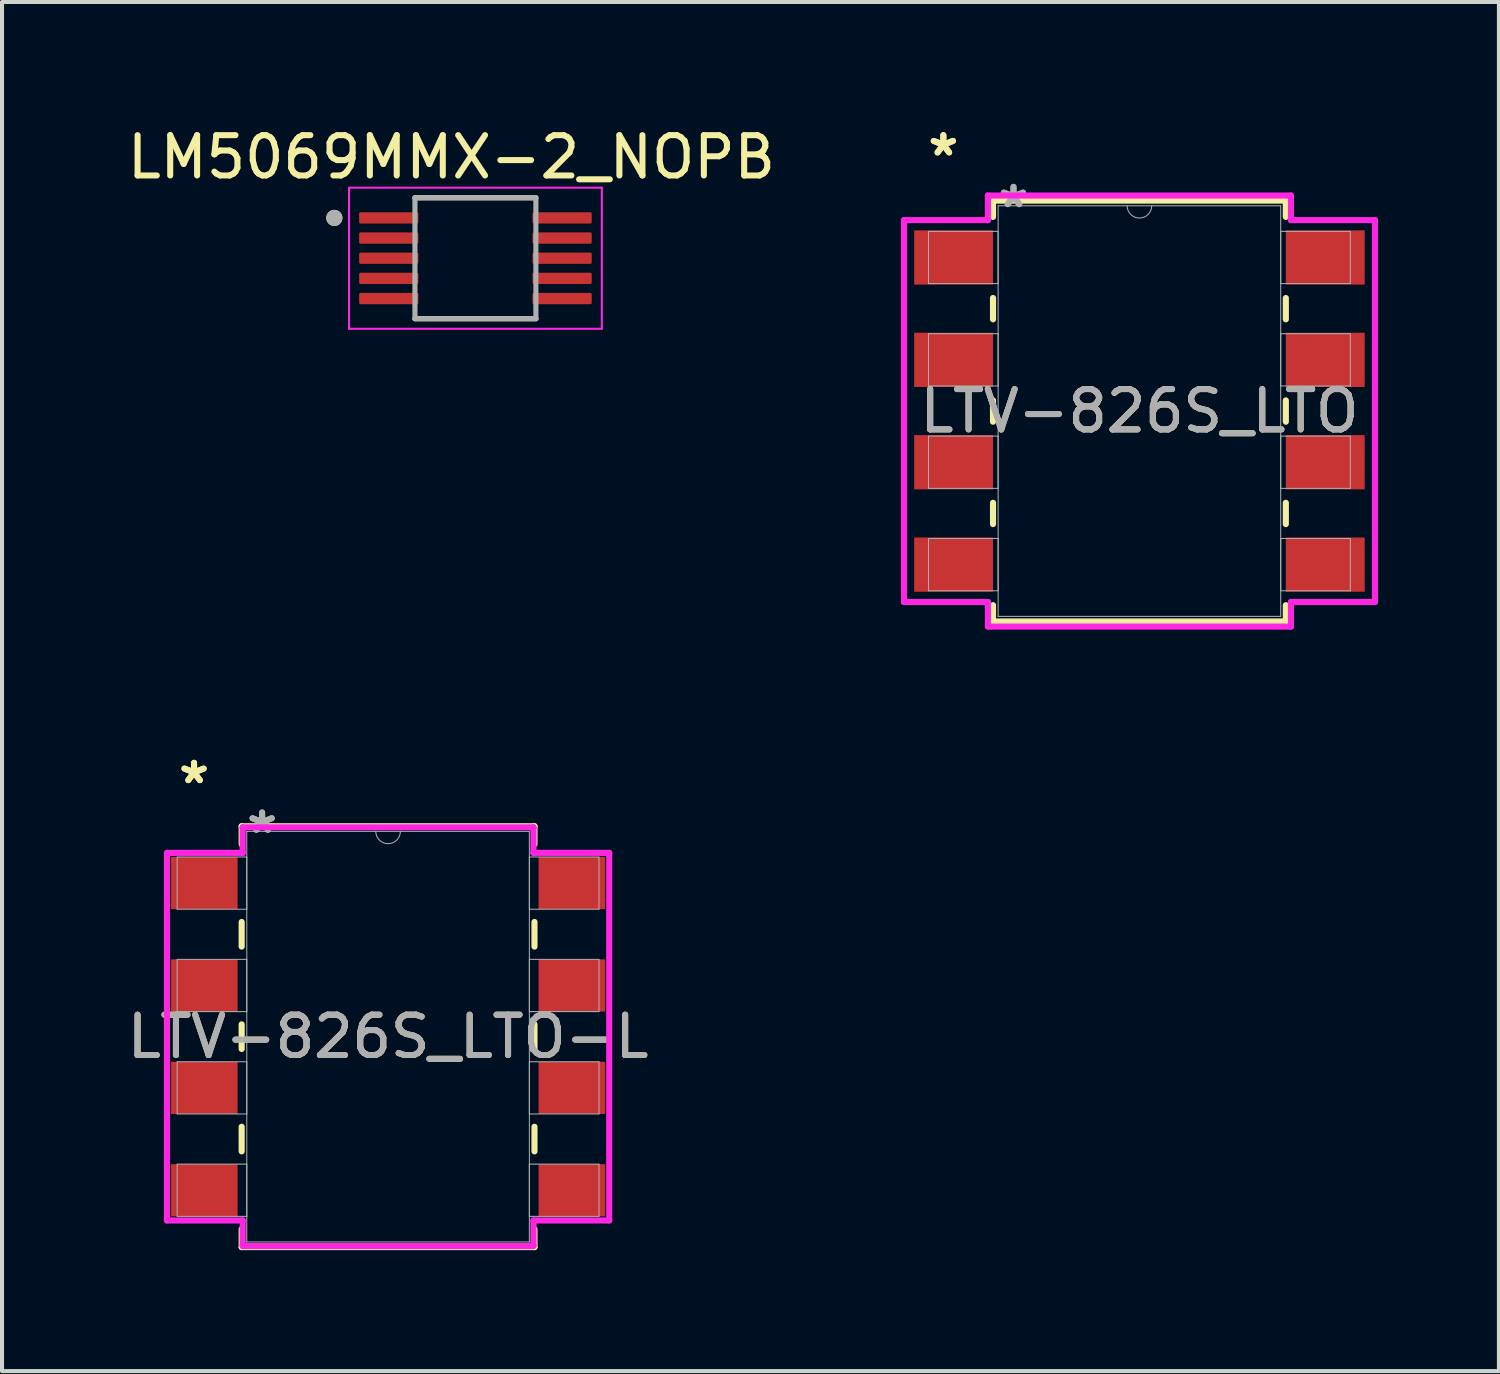
<source format=kicad_pcb>
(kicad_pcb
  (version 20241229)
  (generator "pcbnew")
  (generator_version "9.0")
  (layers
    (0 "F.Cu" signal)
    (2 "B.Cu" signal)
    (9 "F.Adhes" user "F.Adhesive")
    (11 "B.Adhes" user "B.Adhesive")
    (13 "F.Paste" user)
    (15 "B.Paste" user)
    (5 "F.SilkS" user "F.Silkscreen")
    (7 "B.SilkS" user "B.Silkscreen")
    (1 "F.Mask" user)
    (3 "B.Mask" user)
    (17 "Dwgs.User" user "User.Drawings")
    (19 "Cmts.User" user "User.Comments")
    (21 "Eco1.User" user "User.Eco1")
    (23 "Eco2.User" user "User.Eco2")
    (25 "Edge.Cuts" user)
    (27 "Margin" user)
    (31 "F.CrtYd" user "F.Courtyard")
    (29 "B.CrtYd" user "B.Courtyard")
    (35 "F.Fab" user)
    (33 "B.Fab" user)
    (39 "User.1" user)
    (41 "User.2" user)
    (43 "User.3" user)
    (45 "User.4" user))
  (footprint "LTV-826S_LTO"
    (layer "F.Cu")
    (at 25.216 7.147)
    (property "Reference" "LTV-826S_LTO" (at 0 0 0) (unlocked yes) (layer "F.SilkS") (effects (font (size 1 1) (thickness 0.15))))
    (attr smd)
    (fp_line (start -3.632 -5.22) (end -3.632 -4.816) (stroke (width 0.152) (type solid)) (layer "F.SilkS"))
    (fp_line (start -3.632 -2.804) (end -3.632 -2.276) (stroke (width 0.152) (type solid)) (layer "F.SilkS"))
    (fp_line (start -3.632 -0.264) (end -3.632 0.264) (stroke (width 0.152) (type solid)) (layer "F.SilkS"))
    (fp_line (start -3.632 2.276) (end -3.632 2.804) (stroke (width 0.152) (type solid)) (layer "F.SilkS"))
    (fp_line (start -3.632 4.816) (end -3.632 5.22) (stroke (width 0.152) (type solid)) (layer "F.SilkS"))
    (fp_line (start -3.632 5.22) (end 3.632 5.22) (stroke (width 0.152) (type solid)) (layer "F.SilkS"))
    (fp_line (start 3.632 -5.22) (end -3.632 -5.22) (stroke (width 0.152) (type solid)) (layer "F.SilkS"))
    (fp_line (start 3.632 -4.816) (end 3.632 -5.22) (stroke (width 0.152) (type solid)) (layer "F.SilkS"))
    (fp_line (start 3.632 -2.276) (end 3.632 -2.804) (stroke (width 0.152) (type solid)) (layer "F.SilkS"))
    (fp_line (start 3.632 0.264) (end 3.632 -0.264) (stroke (width 0.152) (type solid)) (layer "F.SilkS"))
    (fp_line (start 3.632 2.804) (end 3.632 2.276) (stroke (width 0.152) (type solid)) (layer "F.SilkS"))
    (fp_line (start 3.632 5.22) (end 3.632 4.816) (stroke (width 0.152) (type solid)) (layer "F.SilkS"))
    (fp_line (start -5.842 -4.737) (end -3.759 -4.737) (stroke (width 0.152) (type solid)) (layer "F.CrtYd"))
    (fp_line (start -5.842 4.737) (end -5.842 -4.737) (stroke (width 0.152) (type solid)) (layer "F.CrtYd"))
    (fp_line (start -5.842 4.737) (end -3.759 4.737) (stroke (width 0.152) (type solid)) (layer "F.CrtYd"))
    (fp_line (start -3.759 -5.347) (end 3.759 -5.347) (stroke (width 0.152) (type solid)) (layer "F.CrtYd"))
    (fp_line (start -3.759 -4.737) (end -3.759 -5.347) (stroke (width 0.152) (type solid)) (layer "F.CrtYd"))
    (fp_line (start -3.759 5.347) (end -3.759 4.737) (stroke (width 0.152) (type solid)) (layer "F.CrtYd"))
    (fp_line (start 3.759 -5.347) (end 3.759 -4.737) (stroke (width 0.152) (type solid)) (layer "F.CrtYd"))
    (fp_line (start 3.759 4.737) (end 3.759 5.347) (stroke (width 0.152) (type solid)) (layer "F.CrtYd"))
    (fp_line (start 3.759 5.347) (end -3.759 5.347) (stroke (width 0.152) (type solid)) (layer "F.CrtYd"))
    (fp_line (start 5.842 -4.737) (end 3.759 -4.737) (stroke (width 0.152) (type solid)) (layer "F.CrtYd"))
    (fp_line (start 5.842 -4.737) (end 5.842 4.737) (stroke (width 0.152) (type solid)) (layer "F.CrtYd"))
    (fp_line (start 5.842 4.737) (end 3.759 4.737) (stroke (width 0.152) (type solid)) (layer "F.CrtYd"))
    (fp_line (start -5.232 -4.458) (end -5.232 -3.162) (stroke (width 0.025) (type solid)) (layer "F.Fab"))
    (fp_line (start -5.232 -3.162) (end -3.505 -3.162) (stroke (width 0.025) (type solid)) (layer "F.Fab"))
    (fp_line (start -5.232 -1.918) (end -5.232 -0.622) (stroke (width 0.025) (type solid)) (layer "F.Fab"))
    (fp_line (start -5.232 -0.622) (end -3.505 -0.622) (stroke (width 0.025) (type solid)) (layer "F.Fab"))
    (fp_line (start -5.232 0.622) (end -5.232 1.918) (stroke (width 0.025) (type solid)) (layer "F.Fab"))
    (fp_line (start -5.232 1.918) (end -3.505 1.918) (stroke (width 0.025) (type solid)) (layer "F.Fab"))
    (fp_line (start -5.232 3.162) (end -5.232 4.458) (stroke (width 0.025) (type solid)) (layer "F.Fab"))
    (fp_line (start -5.232 4.458) (end -3.505 4.458) (stroke (width 0.025) (type solid)) (layer "F.Fab"))
    (fp_line (start -3.505 -5.093) (end -3.505 5.093) (stroke (width 0.025) (type solid)) (layer "F.Fab"))
    (fp_line (start -3.505 -4.458) (end -5.232 -4.458) (stroke (width 0.025) (type solid)) (layer "F.Fab"))
    (fp_line (start -3.505 -3.162) (end -3.505 -4.458) (stroke (width 0.025) (type solid)) (layer "F.Fab"))
    (fp_line (start -3.505 -1.918) (end -5.232 -1.918) (stroke (width 0.025) (type solid)) (layer "F.Fab"))
    (fp_line (start -3.505 -0.622) (end -3.505 -1.918) (stroke (width 0.025) (type solid)) (layer "F.Fab"))
    (fp_line (start -3.505 0.622) (end -5.232 0.622) (stroke (width 0.025) (type solid)) (layer "F.Fab"))
    (fp_line (start -3.505 1.918) (end -3.505 0.622) (stroke (width 0.025) (type solid)) (layer "F.Fab"))
    (fp_line (start -3.505 3.162) (end -5.232 3.162) (stroke (width 0.025) (type solid)) (layer "F.Fab"))
    (fp_line (start -3.505 4.458) (end -3.505 3.162) (stroke (width 0.025) (type solid)) (layer "F.Fab"))
    (fp_line (start -3.505 5.093) (end 3.505 5.093) (stroke (width 0.025) (type solid)) (layer "F.Fab"))
    (fp_line (start 3.505 -5.093) (end -3.505 -5.093) (stroke (width 0.025) (type solid)) (layer "F.Fab"))
    (fp_line (start 3.505 -4.458) (end 3.505 -3.162) (stroke (width 0.025) (type solid)) (layer "F.Fab"))
    (fp_line (start 3.505 -3.162) (end 5.232 -3.162) (stroke (width 0.025) (type solid)) (layer "F.Fab"))
    (fp_line (start 3.505 -1.918) (end 3.505 -0.622) (stroke (width 0.025) (type solid)) (layer "F.Fab"))
    (fp_line (start 3.505 -0.622) (end 5.232 -0.622) (stroke (width 0.025) (type solid)) (layer "F.Fab"))
    (fp_line (start 3.505 0.622) (end 3.505 1.918) (stroke (width 0.025) (type solid)) (layer "F.Fab"))
    (fp_line (start 3.505 1.918) (end 5.232 1.918) (stroke (width 0.025) (type solid)) (layer "F.Fab"))
    (fp_line (start 3.505 3.162) (end 3.505 4.458) (stroke (width 0.025) (type solid)) (layer "F.Fab"))
    (fp_line (start 3.505 4.458) (end 5.232 4.458) (stroke (width 0.025) (type solid)) (layer "F.Fab"))
    (fp_line (start 3.505 5.093) (end 3.505 -5.093) (stroke (width 0.025) (type solid)) (layer "F.Fab"))
    (fp_line (start 5.232 -4.458) (end 3.505 -4.458) (stroke (width 0.025) (type solid)) (layer "F.Fab"))
    (fp_line (start 5.232 -3.162) (end 5.232 -4.458) (stroke (width 0.025) (type solid)) (layer "F.Fab"))
    (fp_line (start 5.232 -1.918) (end 3.505 -1.918) (stroke (width 0.025) (type solid)) (layer "F.Fab"))
    (fp_line (start 5.232 -0.622) (end 5.232 -1.918) (stroke (width 0.025) (type solid)) (layer "F.Fab"))
    (fp_line (start 5.232 0.622) (end 3.505 0.622) (stroke (width 0.025) (type solid)) (layer "F.Fab"))
    (fp_line (start 5.232 1.918) (end 5.232 0.622) (stroke (width 0.025) (type solid)) (layer "F.Fab"))
    (fp_line (start 5.232 3.162) (end 3.505 3.162) (stroke (width 0.025) (type solid)) (layer "F.Fab"))
    (fp_line (start 5.232 4.458) (end 5.232 3.162) (stroke (width 0.025) (type solid)) (layer "F.Fab"))
    (fp_arc (start 0.3048 -5.0927) (mid 0 -4.7879) (end -0.3048 -5.0927) (stroke (width 0.0254) (type solid)) (layer "F.Fab"))
    (fp_text user "*" (at -4.864 -6.299 0) (unlocked yes) (layer "F.SilkS") (effects (font (size 1 1) (thickness 0.15))))
    (fp_text user "*" (at -4.864 -6.299 0) (layer "F.SilkS") (effects (font (size 1 1) (thickness 0.15))))
    (fp_text user "*" (at -3.124 -5.016 0) (unlocked yes) (layer "F.Fab") (effects (font (size 1 1) (thickness 0.15))))
    (fp_text user "*" (at -3.124 -5.016 0) (layer "F.Fab") (effects (font (size 1 1) (thickness 0.15))))
    (fp_text user "${REFERENCE}" (at 0 0 0) (unlocked yes) (layer "F.Fab") (effects (font (size 1 1) (thickness 0.15))))
    (pad "1" smd rect (at -4.61 -3.81) (size 1.956 1.346) (layers "F.Cu" "F.Mask" "F.Paste"))
    (pad "2" smd rect (at -4.61 -1.27) (size 1.956 1.346) (layers "F.Cu" "F.Mask" "F.Paste"))
    (pad "3" smd rect (at -4.61 1.27) (size 1.956 1.346) (layers "F.Cu" "F.Mask" "F.Paste"))
    (pad "4" smd rect (at -4.61 3.81) (size 1.956 1.346) (layers "F.Cu" "F.Mask" "F.Paste"))
    (pad "5" smd rect (at 4.61 3.81) (size 1.956 1.346) (layers "F.Cu" "F.Mask" "F.Paste"))
    (pad "6" smd rect (at 4.61 1.27) (size 1.956 1.346) (layers "F.Cu" "F.Mask" "F.Paste"))
    (pad "7" smd rect (at 4.61 -1.27) (size 1.956 1.346) (layers "F.Cu" "F.Mask" "F.Paste"))
    (pad "8" smd rect (at 4.61 -3.81) (size 1.956 1.346) (layers "F.Cu" "F.Mask" "F.Paste")))
  (footprint "LTV-826S_LTO-L"
    (layer "F.Cu")
    (at 6.577 22.667)
    (property "Reference" "LTV-826S_LTO-L" (at 0 0 0) (unlocked yes) (layer "F.SilkS") (effects (font (size 1 1) (thickness 0.15))))
    (attr smd)
    (fp_line (start -3.632 -5.22) (end -3.632 -4.775) (stroke (width 0.152) (type solid)) (layer "F.SilkS"))
    (fp_line (start -3.632 -2.845) (end -3.632 -2.235) (stroke (width 0.152) (type solid)) (layer "F.SilkS"))
    (fp_line (start -3.632 -0.305) (end -3.632 0.305) (stroke (width 0.152) (type solid)) (layer "F.SilkS"))
    (fp_line (start -3.632 2.235) (end -3.632 2.845) (stroke (width 0.152) (type solid)) (layer "F.SilkS"))
    (fp_line (start -3.632 4.775) (end -3.632 5.22) (stroke (width 0.152) (type solid)) (layer "F.SilkS"))
    (fp_line (start -3.632 5.22) (end 3.632 5.22) (stroke (width 0.152) (type solid)) (layer "F.SilkS"))
    (fp_line (start 3.632 -5.22) (end -3.632 -5.22) (stroke (width 0.152) (type solid)) (layer "F.SilkS"))
    (fp_line (start 3.632 -4.775) (end 3.632 -5.22) (stroke (width 0.152) (type solid)) (layer "F.SilkS"))
    (fp_line (start 3.632 -2.235) (end 3.632 -2.845) (stroke (width 0.152) (type solid)) (layer "F.SilkS"))
    (fp_line (start 3.632 0.305) (end 3.632 -0.305) (stroke (width 0.152) (type solid)) (layer "F.SilkS"))
    (fp_line (start 3.632 2.845) (end 3.632 2.235) (stroke (width 0.152) (type solid)) (layer "F.SilkS"))
    (fp_line (start 3.632 5.22) (end 3.632 4.775) (stroke (width 0.152) (type solid)) (layer "F.SilkS"))
    (fp_line (start -5.486 -4.559) (end -3.607 -4.559) (stroke (width 0.152) (type solid)) (layer "F.CrtYd"))
    (fp_line (start -5.486 4.559) (end -5.486 -4.559) (stroke (width 0.152) (type solid)) (layer "F.CrtYd"))
    (fp_line (start -5.486 4.559) (end -3.607 4.559) (stroke (width 0.152) (type solid)) (layer "F.CrtYd"))
    (fp_line (start -3.607 -5.194) (end 3.607 -5.194) (stroke (width 0.152) (type solid)) (layer "F.CrtYd"))
    (fp_line (start -3.607 -4.559) (end -3.607 -5.194) (stroke (width 0.152) (type solid)) (layer "F.CrtYd"))
    (fp_line (start -3.607 5.194) (end -3.607 4.559) (stroke (width 0.152) (type solid)) (layer "F.CrtYd"))
    (fp_line (start 3.607 -5.194) (end 3.607 -4.559) (stroke (width 0.152) (type solid)) (layer "F.CrtYd"))
    (fp_line (start 3.607 4.559) (end 3.607 5.194) (stroke (width 0.152) (type solid)) (layer "F.CrtYd"))
    (fp_line (start 3.607 5.194) (end -3.607 5.194) (stroke (width 0.152) (type solid)) (layer "F.CrtYd"))
    (fp_line (start 5.486 -4.559) (end 3.607 -4.559) (stroke (width 0.152) (type solid)) (layer "F.CrtYd"))
    (fp_line (start 5.486 -4.559) (end 5.486 4.559) (stroke (width 0.152) (type solid)) (layer "F.CrtYd"))
    (fp_line (start 5.486 4.559) (end 3.607 4.559) (stroke (width 0.152) (type solid)) (layer "F.CrtYd"))
    (fp_line (start -5.232 -4.458) (end -5.232 -3.162) (stroke (width 0.025) (type solid)) (layer "F.Fab"))
    (fp_line (start -5.232 -3.162) (end -3.505 -3.162) (stroke (width 0.025) (type solid)) (layer "F.Fab"))
    (fp_line (start -5.232 -1.918) (end -5.232 -0.622) (stroke (width 0.025) (type solid)) (layer "F.Fab"))
    (fp_line (start -5.232 -0.622) (end -3.505 -0.622) (stroke (width 0.025) (type solid)) (layer "F.Fab"))
    (fp_line (start -5.232 0.622) (end -5.232 1.918) (stroke (width 0.025) (type solid)) (layer "F.Fab"))
    (fp_line (start -5.232 1.918) (end -3.505 1.918) (stroke (width 0.025) (type solid)) (layer "F.Fab"))
    (fp_line (start -5.232 3.162) (end -5.232 4.458) (stroke (width 0.025) (type solid)) (layer "F.Fab"))
    (fp_line (start -5.232 4.458) (end -3.505 4.458) (stroke (width 0.025) (type solid)) (layer "F.Fab"))
    (fp_line (start -3.505 -5.093) (end -3.505 5.093) (stroke (width 0.025) (type solid)) (layer "F.Fab"))
    (fp_line (start -3.505 -4.458) (end -5.232 -4.458) (stroke (width 0.025) (type solid)) (layer "F.Fab"))
    (fp_line (start -3.505 -3.162) (end -3.505 -4.458) (stroke (width 0.025) (type solid)) (layer "F.Fab"))
    (fp_line (start -3.505 -1.918) (end -5.232 -1.918) (stroke (width 0.025) (type solid)) (layer "F.Fab"))
    (fp_line (start -3.505 -0.622) (end -3.505 -1.918) (stroke (width 0.025) (type solid)) (layer "F.Fab"))
    (fp_line (start -3.505 0.622) (end -5.232 0.622) (stroke (width 0.025) (type solid)) (layer "F.Fab"))
    (fp_line (start -3.505 1.918) (end -3.505 0.622) (stroke (width 0.025) (type solid)) (layer "F.Fab"))
    (fp_line (start -3.505 3.162) (end -5.232 3.162) (stroke (width 0.025) (type solid)) (layer "F.Fab"))
    (fp_line (start -3.505 4.458) (end -3.505 3.162) (stroke (width 0.025) (type solid)) (layer "F.Fab"))
    (fp_line (start -3.505 5.093) (end 3.505 5.093) (stroke (width 0.025) (type solid)) (layer "F.Fab"))
    (fp_line (start 3.505 -5.093) (end -3.505 -5.093) (stroke (width 0.025) (type solid)) (layer "F.Fab"))
    (fp_line (start 3.505 -4.458) (end 3.505 -3.162) (stroke (width 0.025) (type solid)) (layer "F.Fab"))
    (fp_line (start 3.505 -3.162) (end 5.232 -3.162) (stroke (width 0.025) (type solid)) (layer "F.Fab"))
    (fp_line (start 3.505 -1.918) (end 3.505 -0.622) (stroke (width 0.025) (type solid)) (layer "F.Fab"))
    (fp_line (start 3.505 -0.622) (end 5.232 -0.622) (stroke (width 0.025) (type solid)) (layer "F.Fab"))
    (fp_line (start 3.505 0.622) (end 3.505 1.918) (stroke (width 0.025) (type solid)) (layer "F.Fab"))
    (fp_line (start 3.505 1.918) (end 5.232 1.918) (stroke (width 0.025) (type solid)) (layer "F.Fab"))
    (fp_line (start 3.505 3.162) (end 3.505 4.458) (stroke (width 0.025) (type solid)) (layer "F.Fab"))
    (fp_line (start 3.505 4.458) (end 5.232 4.458) (stroke (width 0.025) (type solid)) (layer "F.Fab"))
    (fp_line (start 3.505 5.093) (end 3.505 -5.093) (stroke (width 0.025) (type solid)) (layer "F.Fab"))
    (fp_line (start 5.232 -4.458) (end 3.505 -4.458) (stroke (width 0.025) (type solid)) (layer "F.Fab"))
    (fp_line (start 5.232 -3.162) (end 5.232 -4.458) (stroke (width 0.025) (type solid)) (layer "F.Fab"))
    (fp_line (start 5.232 -1.918) (end 3.505 -1.918) (stroke (width 0.025) (type solid)) (layer "F.Fab"))
    (fp_line (start 5.232 -0.622) (end 5.232 -1.918) (stroke (width 0.025) (type solid)) (layer "F.Fab"))
    (fp_line (start 5.232 0.622) (end 3.505 0.622) (stroke (width 0.025) (type solid)) (layer "F.Fab"))
    (fp_line (start 5.232 1.918) (end 5.232 0.622) (stroke (width 0.025) (type solid)) (layer "F.Fab"))
    (fp_line (start 5.232 3.162) (end 3.505 3.162) (stroke (width 0.025) (type solid)) (layer "F.Fab"))
    (fp_line (start 5.232 4.458) (end 5.232 3.162) (stroke (width 0.025) (type solid)) (layer "F.Fab"))
    (fp_arc (start 0.3048 -5.0927) (mid 0 -4.7879) (end -0.3048 -5.0927) (stroke (width 0.0254) (type solid)) (layer "F.Fab"))
    (fp_text user "*" (at -4.813 -6.248 0) (layer "F.SilkS") (effects (font (size 1 1) (thickness 0.15))))
    (fp_text user "*" (at -4.813 -6.248 0) (unlocked yes) (layer "F.SilkS") (effects (font (size 1 1) (thickness 0.15))))
    (fp_text user "*" (at -3.124 -5.016 0) (layer "F.Fab") (effects (font (size 1 1) (thickness 0.15))))
    (fp_text user "${REFERENCE}" (at 0 0 0) (unlocked yes) (layer "F.Fab") (effects (font (size 1 1) (thickness 0.15))))
    (fp_text user "*" (at -3.124 -5.016 0) (unlocked yes) (layer "F.Fab") (effects (font (size 1 1) (thickness 0.15))))
    (pad "1" smd rect (at -4.559 -3.81) (size 1.651 1.295) (layers "F.Cu" "F.Mask" "F.Paste"))
    (pad "2" smd rect (at -4.559 -1.27) (size 1.651 1.295) (layers "F.Cu" "F.Mask" "F.Paste"))
    (pad "3" smd rect (at -4.559 1.27) (size 1.651 1.295) (layers "F.Cu" "F.Mask" "F.Paste"))
    (pad "4" smd rect (at -4.559 3.81) (size 1.651 1.295) (layers "F.Cu" "F.Mask" "F.Paste"))
    (pad "5" smd rect (at 4.559 3.81) (size 1.651 1.295) (layers "F.Cu" "F.Mask" "F.Paste"))
    (pad "6" smd rect (at 4.559 1.27) (size 1.651 1.295) (layers "F.Cu" "F.Mask" "F.Paste"))
    (pad "7" smd rect (at 4.559 -1.27) (size 1.651 1.295) (layers "F.Cu" "F.Mask" "F.Paste"))
    (pad "8" smd rect (at 4.559 -3.81) (size 1.651 1.295) (layers "F.Cu" "F.Mask" "F.Paste")))
  (footprint "LM5069MMX-2_NOPB"
    (layer "F.Cu")
    (at 8.744 3.356)
    (property "Reference" "LM5069MMX-2_NOPB" (at -0.595 -2.508 0) (layer "F.SilkS") (effects (font (size 1 1) (thickness 0.15))))
    (attr smd)
    (fp_line (start -1.5 -1.5) (end 1.5 -1.5) (stroke (width 0.127) (type solid)) (layer "F.SilkS"))
    (fp_line (start -1.5 1.5) (end 1.5 1.5) (stroke (width 0.127) (type solid)) (layer "F.SilkS"))
    (fp_circle (center -3.5 -1) (end -3.4 -1) (stroke (width 0.2) (type solid)) (fill no) (layer "F.SilkS"))
    (fp_line (start -3.135 -1.75) (end -3.135 1.75) (stroke (width 0.05) (type solid)) (layer "F.CrtYd"))
    (fp_line (start -3.135 -1.75) (end 3.135 -1.75) (stroke (width 0.05) (type solid)) (layer "F.CrtYd"))
    (fp_line (start -3.135 1.75) (end 3.135 1.75) (stroke (width 0.05) (type solid)) (layer "F.CrtYd"))
    (fp_line (start 3.135 -1.75) (end 3.135 1.75) (stroke (width 0.05) (type solid)) (layer "F.CrtYd"))
    (fp_line (start -1.5 -1.5) (end -1.5 1.5) (stroke (width 0.127) (type solid)) (layer "F.Fab"))
    (fp_line (start -1.5 -1.5) (end 1.5 -1.5) (stroke (width 0.127) (type solid)) (layer "F.Fab"))
    (fp_line (start -1.5 1.5) (end 1.5 1.5) (stroke (width 0.127) (type solid)) (layer "F.Fab"))
    (fp_line (start 1.5 -1.5) (end 1.5 1.5) (stroke (width 0.127) (type solid)) (layer "F.Fab"))
    (fp_circle (center -3.5 -1) (end -3.4 -1) (stroke (width 0.2) (type solid)) (fill no) (layer "F.Fab"))
    (pad "1" smd roundrect (at -2.15 -1) (size 1.47 0.28) (layers "F.Cu" "F.Mask" "F.Paste") (roundrect_rratio 0.125))
    (pad "2" smd roundrect (at -2.15 -0.5) (size 1.47 0.28) (layers "F.Cu" "F.Mask" "F.Paste") (roundrect_rratio 0.125))
    (pad "3" smd roundrect (at -2.15 0) (size 1.47 0.28) (layers "F.Cu" "F.Mask" "F.Paste") (roundrect_rratio 0.125))
    (pad "4" smd roundrect (at -2.15 0.5) (size 1.47 0.28) (layers "F.Cu" "F.Mask" "F.Paste") (roundrect_rratio 0.125))
    (pad "5" smd roundrect (at -2.15 1) (size 1.47 0.28) (layers "F.Cu" "F.Mask" "F.Paste") (roundrect_rratio 0.125))
    (pad "6" smd roundrect (at 2.15 1) (size 1.47 0.28) (layers "F.Cu" "F.Mask" "F.Paste") (roundrect_rratio 0.125))
    (pad "7" smd roundrect (at 2.15 0.5) (size 1.47 0.28) (layers "F.Cu" "F.Mask" "F.Paste") (roundrect_rratio 0.125))
    (pad "8" smd roundrect (at 2.15 0) (size 1.47 0.28) (layers "F.Cu" "F.Mask" "F.Paste") (roundrect_rratio 0.125))
    (pad "9" smd roundrect (at 2.15 -0.5) (size 1.47 0.28) (layers "F.Cu" "F.Mask" "F.Paste") (roundrect_rratio 0.125))
    (pad "10" smd roundrect (at 2.15 -1) (size 1.47 0.28) (layers "F.Cu" "F.Mask" "F.Paste") (roundrect_rratio 0.125)))
  (gr_rect
    (start -3 -3)
    (end 34.134 30.963)
    (stroke (width 0.1) (type default))
    (fill no)
    (layer "Edge.Cuts")))
</source>
